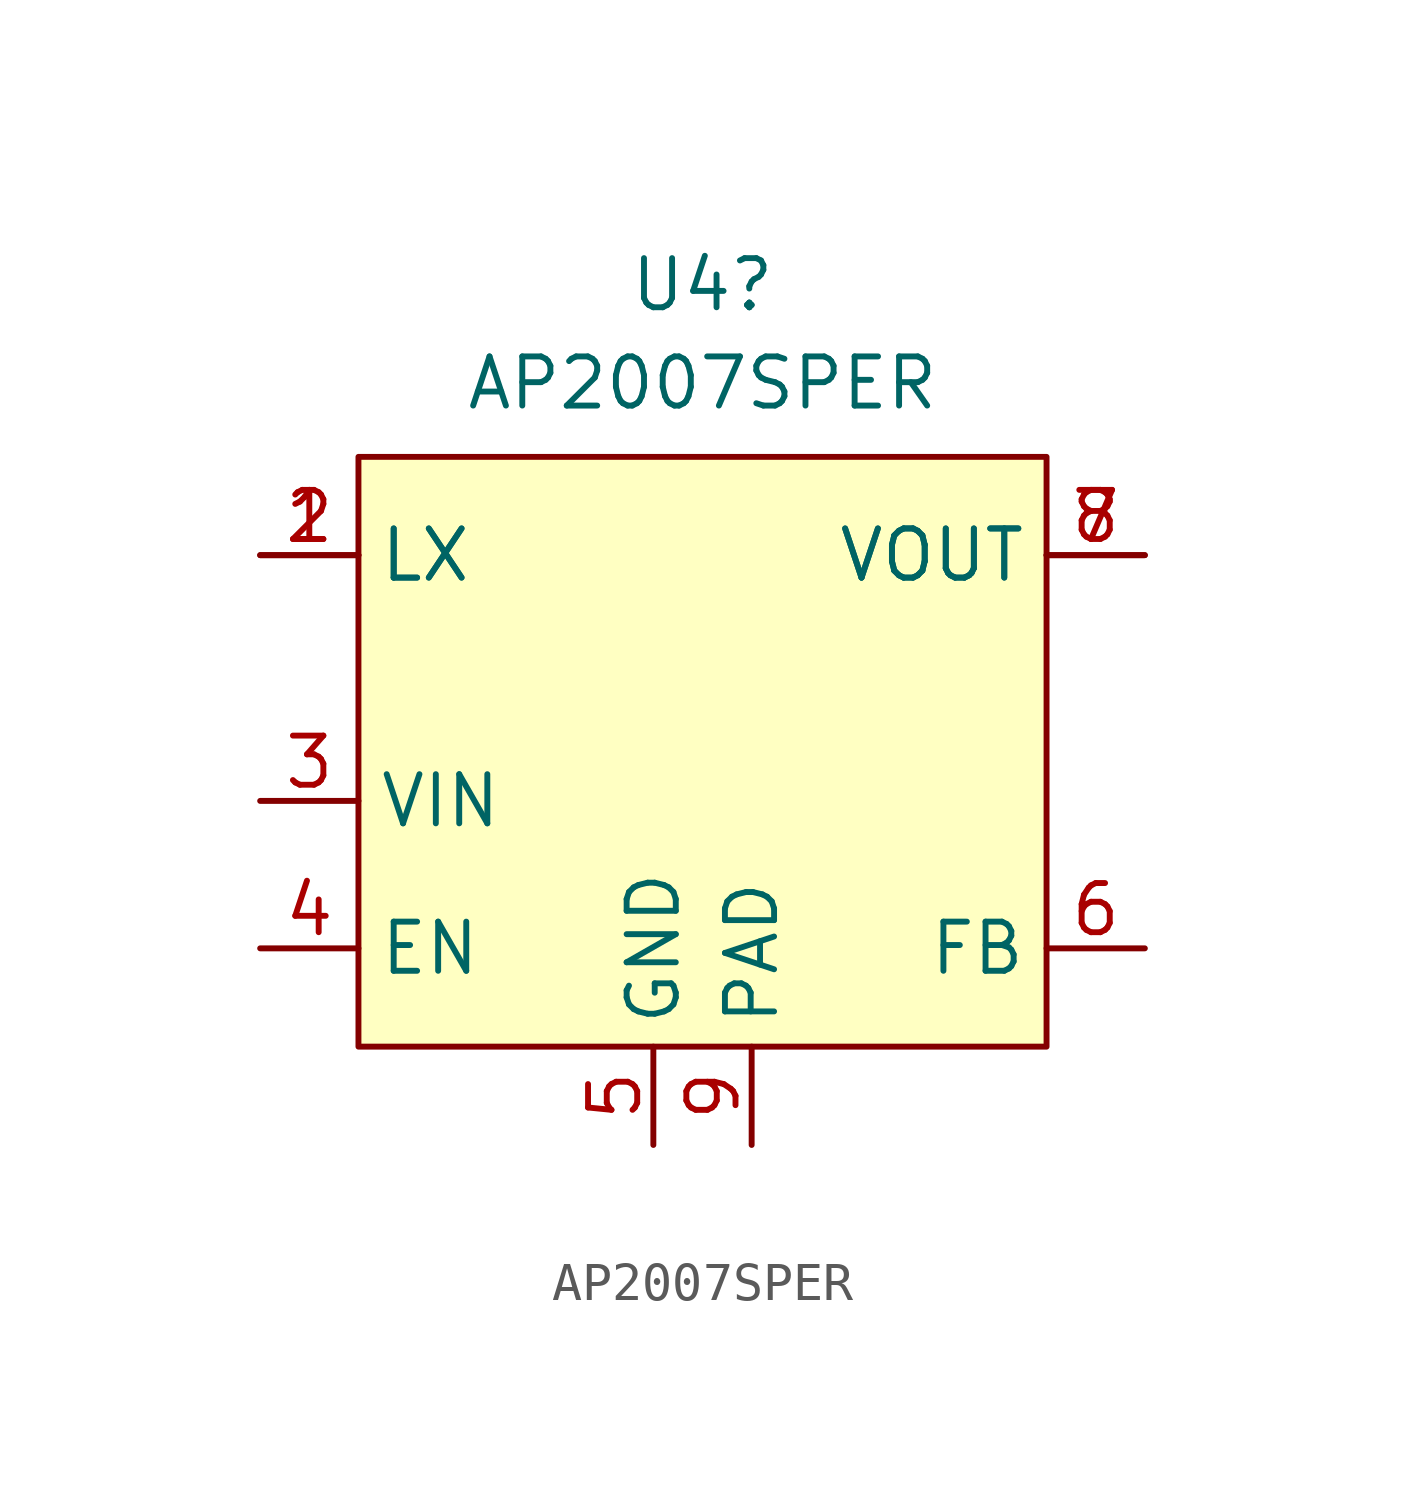
<source format=kicad_sym>
(kicad_symbol_lib
  (version 20220914)
  (generator kicad_symbol_editor)
  (symbol "AP2007SPER"
    (property "Reference" "U4"
      (at 0 12.065 0)
      (effects (font (size 1.27 1.27))))
    (property "Value" "AP2007SPER"
      (at 0 9.525 0)
      (effects (font (size 1.27 1.27))))
    (symbol "AP2007SPER_1_1"
      (rectangle (start -8.89 7.62) (end 8.89 -7.62) (stroke (width 0) (type default)) (fill (type background)))
      (pin power_in line (at -11.43 5.08 0) (length 2.54) (name "LX" (effects (font (size 1.27 1.27)))) (number "1" (effects (font (size 1.27 1.27)))))
      (pin power_in line (at -11.43 5.08 0) (length 2.54) (name "LX" (effects (font (size 1.27 1.27)))) (number "2" (effects (font (size 1.27 1.27)))))
      (pin input line (at -11.43 -1.27 0) (length 2.54) (name "VIN" (effects (font (size 1.27 1.27)))) (number "3" (effects (font (size 1.27 1.27)))))
      (pin input line (at -11.43 -5.08 0) (length 2.54) (name "EN" (effects (font (size 1.27 1.27)))) (number "4" (effects (font (size 1.27 1.27)))))
      (pin power_in line (at -1.27 -10.16 90) (length 2.54) (name "GND" (effects (font (size 1.27 1.27)))) (number "5" (effects (font (size 1.27 1.27)))))
      (pin input line (at 11.43 -5.08 180) (length 2.54) (name "FB" (effects (font (size 1.27 1.27)))) (number "6" (effects (font (size 1.27 1.27)))))
      (pin power_out line (at 11.43 5.08 180) (length 2.54) (name "VOUT" (effects (font (size 1.27 1.27)))) (number "7" (effects (font (size 1.27 1.27)))))
      (pin power_out line (at 11.43 5.08 180) (length 2.54) (name "VOUT" (effects (font (size 1.27 1.27)))) (number "8" (effects (font (size 1.27 1.27)))))
      (pin power_in line (at 1.27 -10.16 90) (length 2.54) (name "PAD" (effects (font (size 1.27 1.27)))) (number "9" (effects (font (size 1.27 1.27))))))))
</source>
